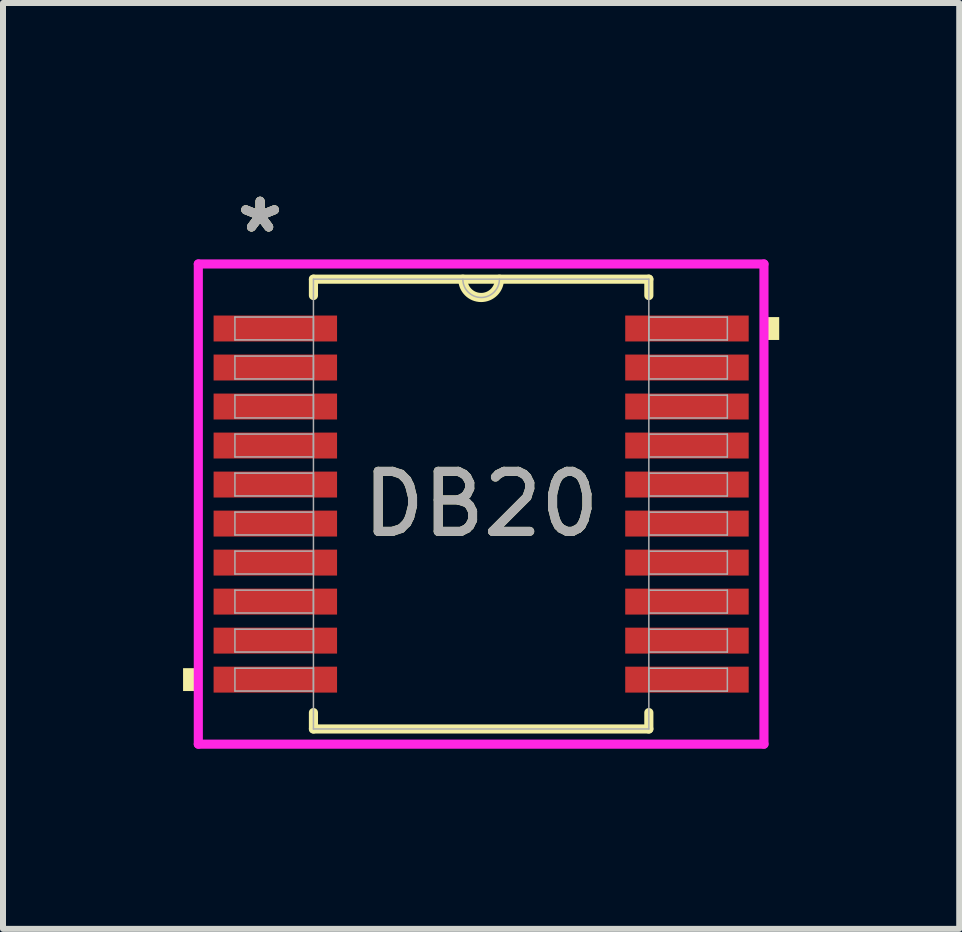
<source format=kicad_pcb>
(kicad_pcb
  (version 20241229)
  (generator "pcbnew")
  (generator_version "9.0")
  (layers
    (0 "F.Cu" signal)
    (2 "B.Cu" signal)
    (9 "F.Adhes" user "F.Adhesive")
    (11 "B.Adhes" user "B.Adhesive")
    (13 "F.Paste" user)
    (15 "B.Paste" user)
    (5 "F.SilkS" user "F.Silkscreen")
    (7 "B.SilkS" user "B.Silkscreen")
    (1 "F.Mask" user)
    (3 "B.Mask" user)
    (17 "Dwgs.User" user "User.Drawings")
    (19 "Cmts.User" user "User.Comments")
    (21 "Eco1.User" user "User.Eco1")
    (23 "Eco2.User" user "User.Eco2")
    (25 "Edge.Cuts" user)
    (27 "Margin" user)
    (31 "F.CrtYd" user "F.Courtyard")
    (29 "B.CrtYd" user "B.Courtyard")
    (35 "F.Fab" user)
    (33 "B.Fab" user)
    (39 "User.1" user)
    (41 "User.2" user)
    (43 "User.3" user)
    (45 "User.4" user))
  (footprint "DB20"
    (layer "F.Cu")
    (at 4.966 5.348)
    (property "Reference" "DB20" (at 0 0 0) (unlocked yes) (layer "F.SilkS") (effects (font (size 1 1) (thickness 0.15))))
    (attr smd)
    (fp_line (start -2.794 -3.747) (end -2.794 -3.474) (stroke (width 0.152) (type solid)) (layer "F.SilkS"))
    (fp_line (start -2.794 3.474) (end -2.794 3.747) (stroke (width 0.152) (type solid)) (layer "F.SilkS"))
    (fp_line (start -2.794 3.747) (end 2.794 3.747) (stroke (width 0.152) (type solid)) (layer "F.SilkS"))
    (fp_line (start 2.794 -3.747) (end -2.794 -3.747) (stroke (width 0.152) (type solid)) (layer "F.SilkS"))
    (fp_line (start 2.794 -3.474) (end 2.794 -3.747) (stroke (width 0.152) (type solid)) (layer "F.SilkS"))
    (fp_line (start 2.794 3.747) (end 2.794 3.474) (stroke (width 0.152) (type solid)) (layer "F.SilkS"))
    (fp_arc (start 0.3048 -3.7465) (mid 0 -3.4417) (end -0.3048 -3.7465) (stroke (width 0.1524) (type solid)) (layer "F.SilkS"))
    (fp_poly (pts (xy -4.966 2.734) (xy -4.966 3.115) (xy -4.712 3.115) (xy -4.712 2.734)) (stroke (width 0) (type solid)) (fill yes) (layer "F.SilkS"))
    (fp_poly (pts (xy 4.966 -3.115) (xy 4.966 -2.734) (xy 4.712 -2.734) (xy 4.712 -3.115)) (stroke (width 0) (type solid)) (fill yes) (layer "F.SilkS"))
    (fp_line (start -4.712 -4) (end 4.712 -4) (stroke (width 0.152) (type solid)) (layer "F.CrtYd"))
    (fp_line (start -4.712 4) (end -4.712 -4) (stroke (width 0.152) (type solid)) (layer "F.CrtYd"))
    (fp_line (start 4.712 -4) (end 4.712 4) (stroke (width 0.152) (type solid)) (layer "F.CrtYd"))
    (fp_line (start 4.712 4) (end -4.712 4) (stroke (width 0.152) (type solid)) (layer "F.CrtYd"))
    (fp_line (start -4.102 -3.116) (end -4.102 -2.735) (stroke (width 0.025) (type solid)) (layer "F.Fab"))
    (fp_line (start -4.102 -2.735) (end -2.794 -2.735) (stroke (width 0.025) (type solid)) (layer "F.Fab"))
    (fp_line (start -4.102 -2.466) (end -4.102 -2.084) (stroke (width 0.025) (type solid)) (layer "F.Fab"))
    (fp_line (start -4.102 -2.084) (end -2.794 -2.084) (stroke (width 0.025) (type solid)) (layer "F.Fab"))
    (fp_line (start -4.102 -1.816) (end -4.102 -1.435) (stroke (width 0.025) (type solid)) (layer "F.Fab"))
    (fp_line (start -4.102 -1.435) (end -2.794 -1.435) (stroke (width 0.025) (type solid)) (layer "F.Fab"))
    (fp_line (start -4.102 -1.166) (end -4.102 -0.785) (stroke (width 0.025) (type solid)) (layer "F.Fab"))
    (fp_line (start -4.102 -0.785) (end -2.794 -0.785) (stroke (width 0.025) (type solid)) (layer "F.Fab"))
    (fp_line (start -4.102 -0.516) (end -4.102 -0.135) (stroke (width 0.025) (type solid)) (layer "F.Fab"))
    (fp_line (start -4.102 -0.135) (end -2.794 -0.135) (stroke (width 0.025) (type solid)) (layer "F.Fab"))
    (fp_line (start -4.102 0.134) (end -4.102 0.515) (stroke (width 0.025) (type solid)) (layer "F.Fab"))
    (fp_line (start -4.102 0.515) (end -2.794 0.515) (stroke (width 0.025) (type solid)) (layer "F.Fab"))
    (fp_line (start -4.102 0.784) (end -4.102 1.165) (stroke (width 0.025) (type solid)) (layer "F.Fab"))
    (fp_line (start -4.102 1.165) (end -2.794 1.165) (stroke (width 0.025) (type solid)) (layer "F.Fab"))
    (fp_line (start -4.102 1.434) (end -4.102 1.815) (stroke (width 0.025) (type solid)) (layer "F.Fab"))
    (fp_line (start -4.102 1.815) (end -2.794 1.815) (stroke (width 0.025) (type solid)) (layer "F.Fab"))
    (fp_line (start -4.102 2.084) (end -4.102 2.465) (stroke (width 0.025) (type solid)) (layer "F.Fab"))
    (fp_line (start -4.102 2.465) (end -2.794 2.465) (stroke (width 0.025) (type solid)) (layer "F.Fab"))
    (fp_line (start -4.102 2.734) (end -4.102 3.115) (stroke (width 0.025) (type solid)) (layer "F.Fab"))
    (fp_line (start -4.102 3.115) (end -2.794 3.115) (stroke (width 0.025) (type solid)) (layer "F.Fab"))
    (fp_line (start -2.794 -3.747) (end -2.794 3.747) (stroke (width 0.025) (type solid)) (layer "F.Fab"))
    (fp_line (start -2.794 -3.116) (end -4.102 -3.116) (stroke (width 0.025) (type solid)) (layer "F.Fab"))
    (fp_line (start -2.794 -2.735) (end -2.794 -3.116) (stroke (width 0.025) (type solid)) (layer "F.Fab"))
    (fp_line (start -2.794 -2.466) (end -4.102 -2.466) (stroke (width 0.025) (type solid)) (layer "F.Fab"))
    (fp_line (start -2.794 -2.084) (end -2.794 -2.466) (stroke (width 0.025) (type solid)) (layer "F.Fab"))
    (fp_line (start -2.794 -1.816) (end -4.102 -1.816) (stroke (width 0.025) (type solid)) (layer "F.Fab"))
    (fp_line (start -2.794 -1.435) (end -2.794 -1.816) (stroke (width 0.025) (type solid)) (layer "F.Fab"))
    (fp_line (start -2.794 -1.166) (end -4.102 -1.166) (stroke (width 0.025) (type solid)) (layer "F.Fab"))
    (fp_line (start -2.794 -0.785) (end -2.794 -1.166) (stroke (width 0.025) (type solid)) (layer "F.Fab"))
    (fp_line (start -2.794 -0.516) (end -4.102 -0.516) (stroke (width 0.025) (type solid)) (layer "F.Fab"))
    (fp_line (start -2.794 -0.135) (end -2.794 -0.516) (stroke (width 0.025) (type solid)) (layer "F.Fab"))
    (fp_line (start -2.794 0.134) (end -4.102 0.134) (stroke (width 0.025) (type solid)) (layer "F.Fab"))
    (fp_line (start -2.794 0.515) (end -2.794 0.134) (stroke (width 0.025) (type solid)) (layer "F.Fab"))
    (fp_line (start -2.794 0.784) (end -4.102 0.784) (stroke (width 0.025) (type solid)) (layer "F.Fab"))
    (fp_line (start -2.794 1.165) (end -2.794 0.784) (stroke (width 0.025) (type solid)) (layer "F.Fab"))
    (fp_line (start -2.794 1.434) (end -4.102 1.434) (stroke (width 0.025) (type solid)) (layer "F.Fab"))
    (fp_line (start -2.794 1.815) (end -2.794 1.434) (stroke (width 0.025) (type solid)) (layer "F.Fab"))
    (fp_line (start -2.794 2.084) (end -4.102 2.084) (stroke (width 0.025) (type solid)) (layer "F.Fab"))
    (fp_line (start -2.794 2.465) (end -2.794 2.084) (stroke (width 0.025) (type solid)) (layer "F.Fab"))
    (fp_line (start -2.794 2.734) (end -4.102 2.734) (stroke (width 0.025) (type solid)) (layer "F.Fab"))
    (fp_line (start -2.794 3.115) (end -2.794 2.734) (stroke (width 0.025) (type solid)) (layer "F.Fab"))
    (fp_line (start -2.794 3.747) (end 2.794 3.747) (stroke (width 0.025) (type solid)) (layer "F.Fab"))
    (fp_line (start 2.794 -3.747) (end -2.794 -3.747) (stroke (width 0.025) (type solid)) (layer "F.Fab"))
    (fp_line (start 2.794 -3.115) (end 2.794 -2.734) (stroke (width 0.025) (type solid)) (layer "F.Fab"))
    (fp_line (start 2.794 -2.734) (end 4.102 -2.734) (stroke (width 0.025) (type solid)) (layer "F.Fab"))
    (fp_line (start 2.794 -2.465) (end 2.794 -2.084) (stroke (width 0.025) (type solid)) (layer "F.Fab"))
    (fp_line (start 2.794 -2.084) (end 4.102 -2.084) (stroke (width 0.025) (type solid)) (layer "F.Fab"))
    (fp_line (start 2.794 -1.815) (end 2.794 -1.434) (stroke (width 0.025) (type solid)) (layer "F.Fab"))
    (fp_line (start 2.794 -1.434) (end 4.102 -1.434) (stroke (width 0.025) (type solid)) (layer "F.Fab"))
    (fp_line (start 2.794 -1.165) (end 2.794 -0.784) (stroke (width 0.025) (type solid)) (layer "F.Fab"))
    (fp_line (start 2.794 -0.784) (end 4.102 -0.784) (stroke (width 0.025) (type solid)) (layer "F.Fab"))
    (fp_line (start 2.794 -0.515) (end 2.794 -0.134) (stroke (width 0.025) (type solid)) (layer "F.Fab"))
    (fp_line (start 2.794 -0.134) (end 4.102 -0.134) (stroke (width 0.025) (type solid)) (layer "F.Fab"))
    (fp_line (start 2.794 0.135) (end 2.794 0.516) (stroke (width 0.025) (type solid)) (layer "F.Fab"))
    (fp_line (start 2.794 0.516) (end 4.102 0.516) (stroke (width 0.025) (type solid)) (layer "F.Fab"))
    (fp_line (start 2.794 0.785) (end 2.794 1.166) (stroke (width 0.025) (type solid)) (layer "F.Fab"))
    (fp_line (start 2.794 1.166) (end 4.102 1.166) (stroke (width 0.025) (type solid)) (layer "F.Fab"))
    (fp_line (start 2.794 1.435) (end 2.794 1.816) (stroke (width 0.025) (type solid)) (layer "F.Fab"))
    (fp_line (start 2.794 1.816) (end 4.102 1.816) (stroke (width 0.025) (type solid)) (layer "F.Fab"))
    (fp_line (start 2.794 2.085) (end 2.794 2.466) (stroke (width 0.025) (type solid)) (layer "F.Fab"))
    (fp_line (start 2.794 2.466) (end 4.102 2.466) (stroke (width 0.025) (type solid)) (layer "F.Fab"))
    (fp_line (start 2.794 2.735) (end 2.794 3.116) (stroke (width 0.025) (type solid)) (layer "F.Fab"))
    (fp_line (start 2.794 3.116) (end 4.102 3.116) (stroke (width 0.025) (type solid)) (layer "F.Fab"))
    (fp_line (start 2.794 3.747) (end 2.794 -3.747) (stroke (width 0.025) (type solid)) (layer "F.Fab"))
    (fp_line (start 4.102 -3.115) (end 2.794 -3.115) (stroke (width 0.025) (type solid)) (layer "F.Fab"))
    (fp_line (start 4.102 -2.734) (end 4.102 -3.115) (stroke (width 0.025) (type solid)) (layer "F.Fab"))
    (fp_line (start 4.102 -2.465) (end 2.794 -2.465) (stroke (width 0.025) (type solid)) (layer "F.Fab"))
    (fp_line (start 4.102 -2.084) (end 4.102 -2.465) (stroke (width 0.025) (type solid)) (layer "F.Fab"))
    (fp_line (start 4.102 -1.815) (end 2.794 -1.815) (stroke (width 0.025) (type solid)) (layer "F.Fab"))
    (fp_line (start 4.102 -1.434) (end 4.102 -1.815) (stroke (width 0.025) (type solid)) (layer "F.Fab"))
    (fp_line (start 4.102 -1.165) (end 2.794 -1.165) (stroke (width 0.025) (type solid)) (layer "F.Fab"))
    (fp_line (start 4.102 -0.784) (end 4.102 -1.165) (stroke (width 0.025) (type solid)) (layer "F.Fab"))
    (fp_line (start 4.102 -0.515) (end 2.794 -0.515) (stroke (width 0.025) (type solid)) (layer "F.Fab"))
    (fp_line (start 4.102 -0.134) (end 4.102 -0.515) (stroke (width 0.025) (type solid)) (layer "F.Fab"))
    (fp_line (start 4.102 0.135) (end 2.794 0.135) (stroke (width 0.025) (type solid)) (layer "F.Fab"))
    (fp_line (start 4.102 0.516) (end 4.102 0.135) (stroke (width 0.025) (type solid)) (layer "F.Fab"))
    (fp_line (start 4.102 0.785) (end 2.794 0.785) (stroke (width 0.025) (type solid)) (layer "F.Fab"))
    (fp_line (start 4.102 1.166) (end 4.102 0.785) (stroke (width 0.025) (type solid)) (layer "F.Fab"))
    (fp_line (start 4.102 1.435) (end 2.794 1.435) (stroke (width 0.025) (type solid)) (layer "F.Fab"))
    (fp_line (start 4.102 1.816) (end 4.102 1.435) (stroke (width 0.025) (type solid)) (layer "F.Fab"))
    (fp_line (start 4.102 2.085) (end 2.794 2.085) (stroke (width 0.025) (type solid)) (layer "F.Fab"))
    (fp_line (start 4.102 2.466) (end 4.102 2.085) (stroke (width 0.025) (type solid)) (layer "F.Fab"))
    (fp_line (start 4.102 2.735) (end 2.794 2.735) (stroke (width 0.025) (type solid)) (layer "F.Fab"))
    (fp_line (start 4.102 3.116) (end 4.102 2.735) (stroke (width 0.025) (type solid)) (layer "F.Fab"))
    (fp_arc (start 0.3048 -3.7465) (mid 0 -3.4417) (end -0.3048 -3.7465) (stroke (width 0.0254) (type solid)) (layer "F.Fab"))
    (fp_text user "*" (at -3.683 -4.5 0) (unlocked yes) (layer "F.SilkS") (effects (font (size 1 1) (thickness 0.15))))
    (fp_text user "*" (at -3.683 -4.5 0) (layer "F.SilkS") (effects (font (size 1 1) (thickness 0.15))))
    (fp_text user "*" (at -3.683 -4.5 0) (unlocked yes) (layer "F.Fab") (effects (font (size 1 1) (thickness 0.15))))
    (fp_text user "*" (at -3.683 -4.5 0) (layer "F.Fab") (effects (font (size 1 1) (thickness 0.15))))
    (fp_text user "${REFERENCE}" (at 0 0 0) (unlocked yes) (layer "F.Fab") (effects (font (size 1 1) (thickness 0.15))))
    (pad "1" smd rect (at -3.429 -2.925) (size 2.057 0.432) (layers "F.Cu" "F.Mask" "F.Paste"))
    (pad "2" smd rect (at -3.429 -2.275) (size 2.057 0.432) (layers "F.Cu" "F.Mask" "F.Paste"))
    (pad "3" smd rect (at -3.429 -1.625) (size 2.057 0.432) (layers "F.Cu" "F.Mask" "F.Paste"))
    (pad "4" smd rect (at -3.429 -0.975) (size 2.057 0.432) (layers "F.Cu" "F.Mask" "F.Paste"))
    (pad "5" smd rect (at -3.429 -0.325) (size 2.057 0.432) (layers "F.Cu" "F.Mask" "F.Paste"))
    (pad "6" smd rect (at -3.429 0.325) (size 2.057 0.432) (layers "F.Cu" "F.Mask" "F.Paste"))
    (pad "7" smd rect (at -3.429 0.975) (size 2.057 0.432) (layers "F.Cu" "F.Mask" "F.Paste"))
    (pad "8" smd rect (at -3.429 1.625) (size 2.057 0.432) (layers "F.Cu" "F.Mask" "F.Paste"))
    (pad "9" smd rect (at -3.429 2.275) (size 2.057 0.432) (layers "F.Cu" "F.Mask" "F.Paste"))
    (pad "10" smd rect (at -3.429 2.925) (size 2.057 0.432) (layers "F.Cu" "F.Mask" "F.Paste"))
    (pad "11" smd rect (at 3.429 2.925) (size 2.057 0.432) (layers "F.Cu" "F.Mask" "F.Paste"))
    (pad "12" smd rect (at 3.429 2.275) (size 2.057 0.432) (layers "F.Cu" "F.Mask" "F.Paste"))
    (pad "13" smd rect (at 3.429 1.625) (size 2.057 0.432) (layers "F.Cu" "F.Mask" "F.Paste"))
    (pad "14" smd rect (at 3.429 0.975) (size 2.057 0.432) (layers "F.Cu" "F.Mask" "F.Paste"))
    (pad "15" smd rect (at 3.429 0.325) (size 2.057 0.432) (layers "F.Cu" "F.Mask" "F.Paste"))
    (pad "16" smd rect (at 3.429 -0.325) (size 2.057 0.432) (layers "F.Cu" "F.Mask" "F.Paste"))
    (pad "17" smd rect (at 3.429 -0.975) (size 2.057 0.432) (layers "F.Cu" "F.Mask" "F.Paste"))
    (pad "18" smd rect (at 3.429 -1.625) (size 2.057 0.432) (layers "F.Cu" "F.Mask" "F.Paste"))
    (pad "19" smd rect (at 3.429 -2.275) (size 2.057 0.432) (layers "F.Cu" "F.Mask" "F.Paste"))
    (pad "20" smd rect (at 3.429 -2.925) (size 2.057 0.432) (layers "F.Cu" "F.Mask" "F.Paste")))
  (gr_rect
    (start -3 -3)
    (end 12.931 12.425)
    (stroke (width 0.1) (type default))
    (fill no)
    (layer "Edge.Cuts")))
</source>
